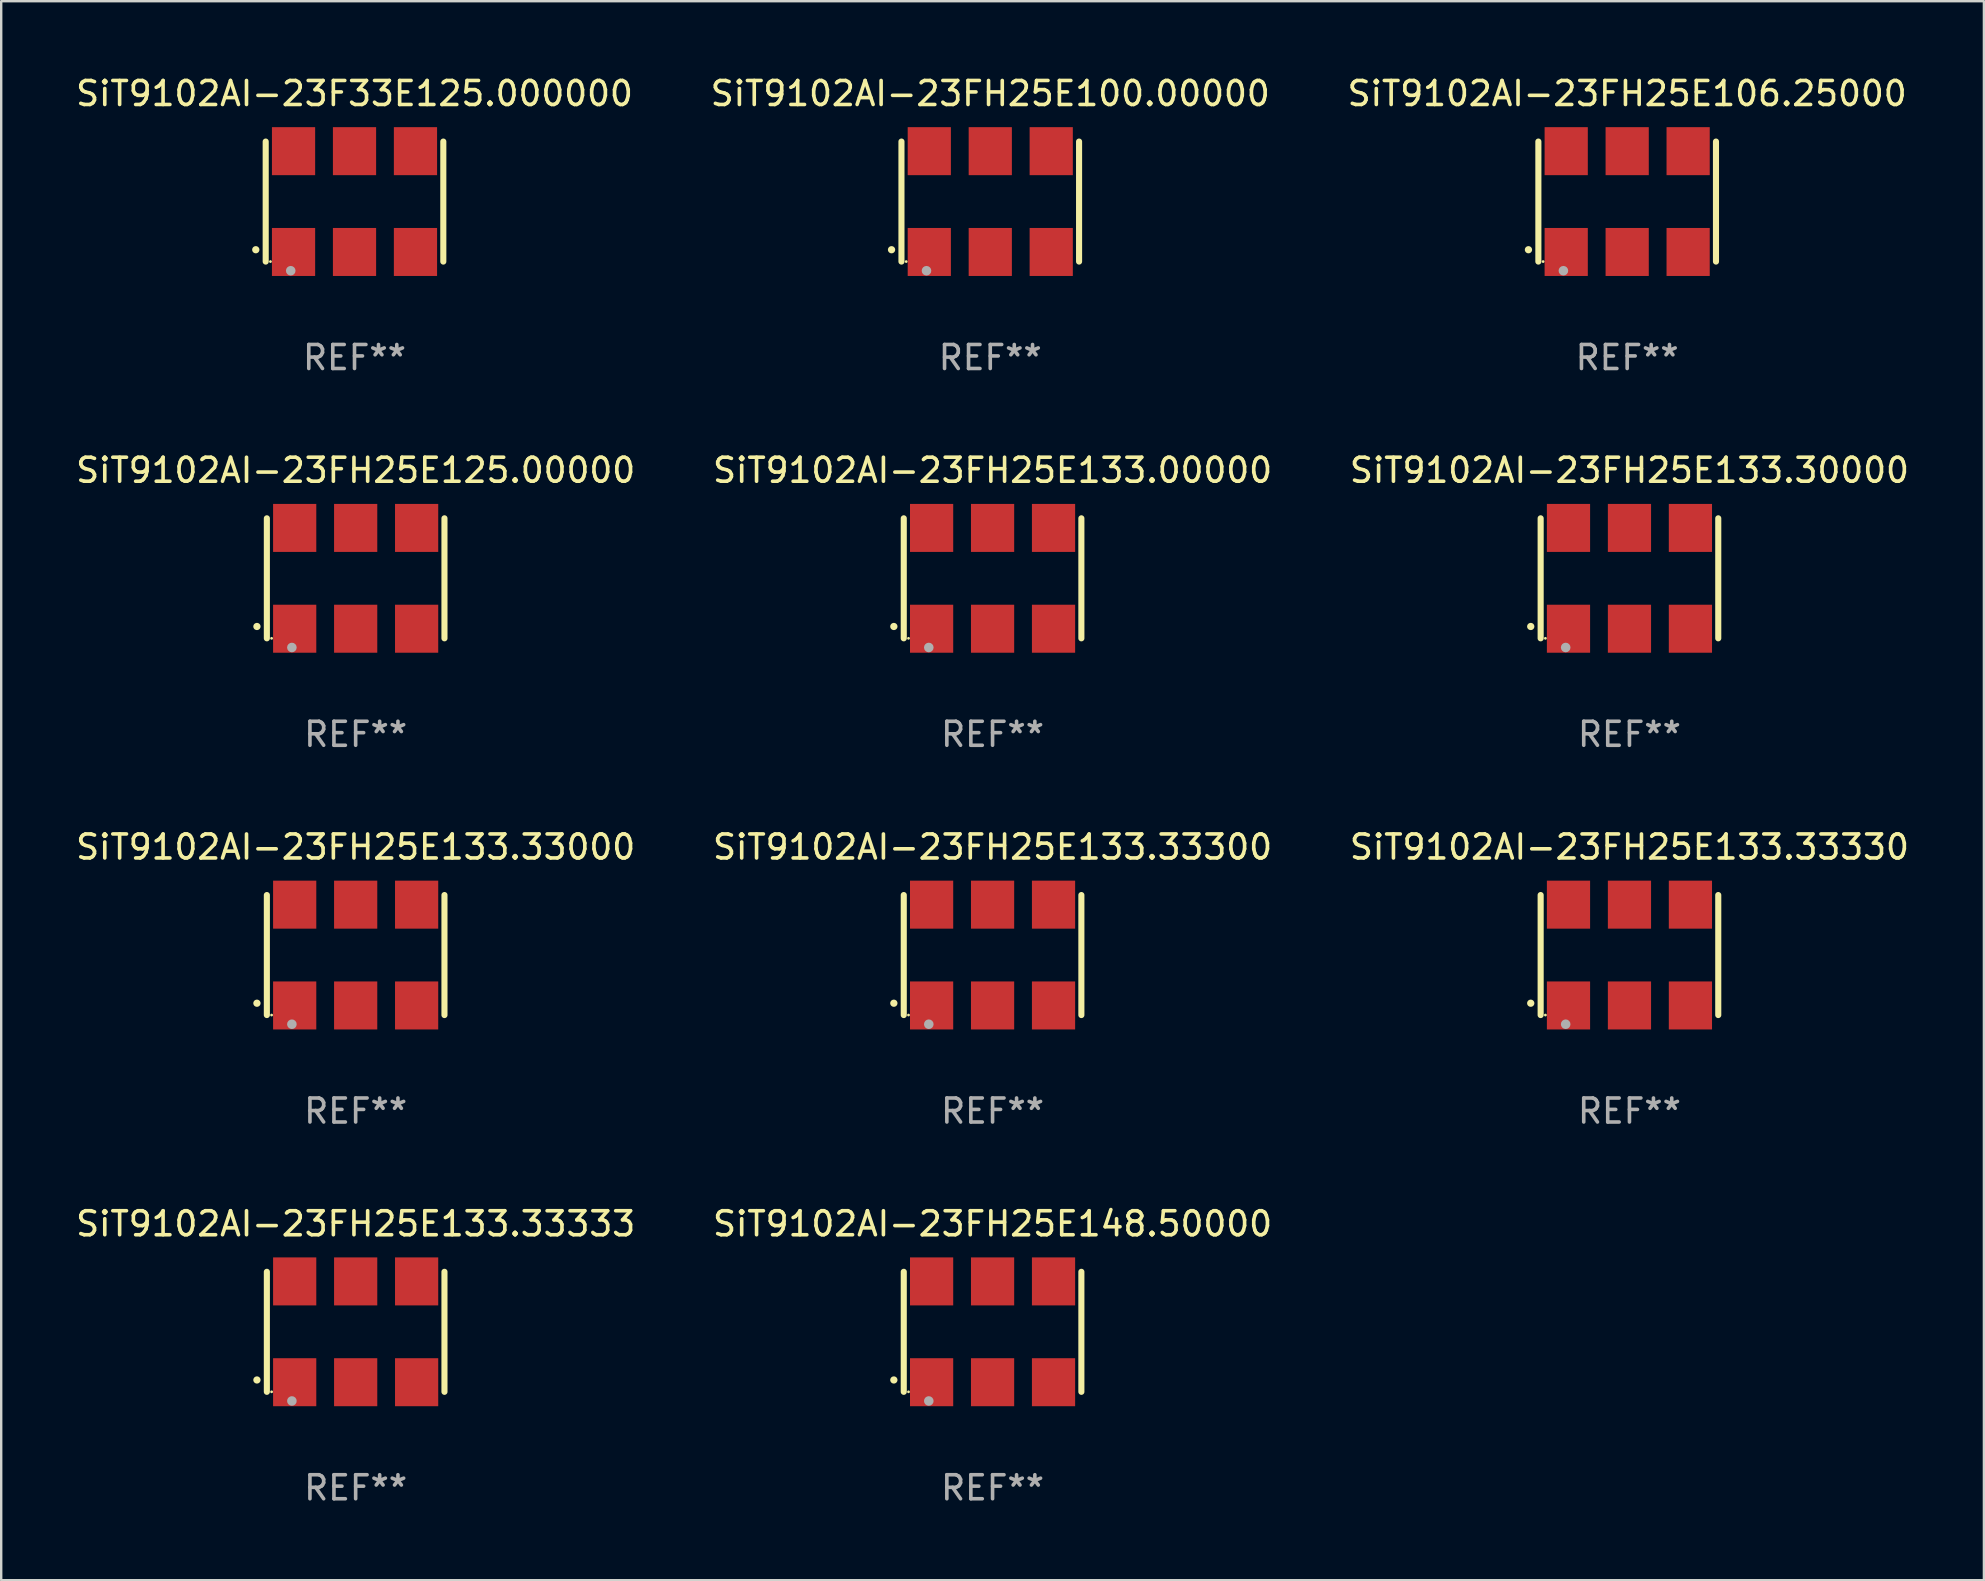
<source format=kicad_pcb>
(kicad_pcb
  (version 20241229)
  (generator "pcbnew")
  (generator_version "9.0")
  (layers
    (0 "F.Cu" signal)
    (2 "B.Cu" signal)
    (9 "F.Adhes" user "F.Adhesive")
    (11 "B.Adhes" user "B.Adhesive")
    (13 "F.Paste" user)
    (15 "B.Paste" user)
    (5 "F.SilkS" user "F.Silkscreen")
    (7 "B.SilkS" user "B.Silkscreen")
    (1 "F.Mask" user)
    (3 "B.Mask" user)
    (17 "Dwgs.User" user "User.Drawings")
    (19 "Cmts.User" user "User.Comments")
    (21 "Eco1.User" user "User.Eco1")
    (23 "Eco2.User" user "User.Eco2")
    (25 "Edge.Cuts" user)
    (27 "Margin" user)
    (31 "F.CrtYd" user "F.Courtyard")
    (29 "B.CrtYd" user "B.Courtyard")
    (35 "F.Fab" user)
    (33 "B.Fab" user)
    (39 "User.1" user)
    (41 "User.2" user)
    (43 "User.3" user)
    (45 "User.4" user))
  (footprint "SiT9102AI-23FH25E106.25000"
    (layer "F.Cu")
    (at 64.744 5.348)
    (property "Reference" "SiT9102AI-23FH25E106.25000" (at 0 -4.5 0) (layer "F.SilkS") (effects (font (size 1 1) (thickness 0.15))))
    (attr through_hole)
    (fp_line (start -3.7 -2.5) (end -3.7 2.5) (stroke (width 0.254) (type solid)) (layer "F.SilkS"))
    (fp_line (start 3.7 -2.5) (end 3.7 2.5) (stroke (width 0.254) (type solid)) (layer "F.SilkS"))
    (fp_arc (start -4.114415 2.006604) (mid -4.113145 2.006599) (end -4.111875 2.006604) (stroke (width 0.3) (type solid)) (layer "F.SilkS"))
    (fp_circle (center -3.502 2.5) (end -3.472 2.5) (stroke (width 0.06) (type solid)) (fill no) (layer "F.SilkS"))
    (fp_circle (center -2.657 2.882) (end -2.557 2.882) (stroke (width 0.2) (type solid)) (fill no) (layer "F.Fab"))
    (fp_text user "REF**" (at 0 6.5 0) (layer "F.Fab") (effects (font (size 1 1) (thickness 0.15))))
    (pad "1" smd rect (at -2.54 2.1) (size 1.8 2) (layers "F.Cu" "F.Mask" "F.Paste"))
    (pad "2" smd rect (at 0.000394 2.1) (size 1.8 2) (layers "F.Cu" "F.Mask" "F.Paste"))
    (pad "3" smd rect (at 2.54 2.1) (size 1.8 2) (layers "F.Cu" "F.Mask" "F.Paste"))
    (pad "4" smd rect (at 2.54 -2.1) (size 1.8 2) (layers "F.Cu" "F.Mask" "F.Paste"))
    (pad "5" smd rect (at 0.000394 -2.1) (size 1.8 2) (layers "F.Cu" "F.Mask" "F.Paste"))
    (pad "6" smd rect (at -2.54 -2.1) (size 1.8 2) (layers "F.Cu" "F.Mask" "F.Paste")))
  (footprint "SiT9102AI-23FH25E133.33000"
    (layer "F.Cu")
    (at 11.768 36.741)
    (property "Reference" "SiT9102AI-23FH25E133.33000" (at 0 -4.5 0) (layer "F.SilkS") (effects (font (size 1 1) (thickness 0.15))))
    (attr through_hole)
    (fp_line (start -3.7 -2.5) (end -3.7 2.5) (stroke (width 0.254) (type solid)) (layer "F.SilkS"))
    (fp_line (start 3.7 -2.5) (end 3.7 2.5) (stroke (width 0.254) (type solid)) (layer "F.SilkS"))
    (fp_arc (start -4.114415 2.006604) (mid -4.113145 2.006599) (end -4.111875 2.006604) (stroke (width 0.3) (type solid)) (layer "F.SilkS"))
    (fp_circle (center -3.502 2.5) (end -3.472 2.5) (stroke (width 0.06) (type solid)) (fill no) (layer "F.SilkS"))
    (fp_circle (center -2.657 2.882) (end -2.557 2.882) (stroke (width 0.2) (type solid)) (fill no) (layer "F.Fab"))
    (fp_text user "REF**" (at 0 6.5 0) (layer "F.Fab") (effects (font (size 1 1) (thickness 0.15))))
    (pad "1" smd rect (at -2.54 2.1) (size 1.8 2) (layers "F.Cu" "F.Mask" "F.Paste"))
    (pad "2" smd rect (at 0.000394 2.1) (size 1.8 2) (layers "F.Cu" "F.Mask" "F.Paste"))
    (pad "3" smd rect (at 2.54 2.1) (size 1.8 2) (layers "F.Cu" "F.Mask" "F.Paste"))
    (pad "4" smd rect (at 2.54 -2.1) (size 1.8 2) (layers "F.Cu" "F.Mask" "F.Paste"))
    (pad "5" smd rect (at 0.000394 -2.1) (size 1.8 2) (layers "F.Cu" "F.Mask" "F.Paste"))
    (pad "6" smd rect (at -2.54 -2.1) (size 1.8 2) (layers "F.Cu" "F.Mask" "F.Paste")))
  (footprint "SiT9102AI-23FH25E133.30000"
    (layer "F.Cu")
    (at 64.839 21.045)
    (property "Reference" "SiT9102AI-23FH25E133.30000" (at 0 -4.5 0) (layer "F.SilkS") (effects (font (size 1 1) (thickness 0.15))))
    (attr through_hole)
    (fp_line (start -3.7 -2.5) (end -3.7 2.5) (stroke (width 0.254) (type solid)) (layer "F.SilkS"))
    (fp_line (start 3.7 -2.5) (end 3.7 2.5) (stroke (width 0.254) (type solid)) (layer "F.SilkS"))
    (fp_arc (start -4.114415 2.006604) (mid -4.113145 2.006599) (end -4.111875 2.006604) (stroke (width 0.3) (type solid)) (layer "F.SilkS"))
    (fp_circle (center -3.502 2.5) (end -3.472 2.5) (stroke (width 0.06) (type solid)) (fill no) (layer "F.SilkS"))
    (fp_circle (center -2.657 2.882) (end -2.557 2.882) (stroke (width 0.2) (type solid)) (fill no) (layer "F.Fab"))
    (fp_text user "REF**" (at 0 6.5 0) (layer "F.Fab") (effects (font (size 1 1) (thickness 0.15))))
    (pad "1" smd rect (at -2.54 2.1) (size 1.8 2) (layers "F.Cu" "F.Mask" "F.Paste"))
    (pad "2" smd rect (at 0.000394 2.1) (size 1.8 2) (layers "F.Cu" "F.Mask" "F.Paste"))
    (pad "3" smd rect (at 2.54 2.1) (size 1.8 2) (layers "F.Cu" "F.Mask" "F.Paste"))
    (pad "4" smd rect (at 2.54 -2.1) (size 1.8 2) (layers "F.Cu" "F.Mask" "F.Paste"))
    (pad "5" smd rect (at 0.000394 -2.1) (size 1.8 2) (layers "F.Cu" "F.Mask" "F.Paste"))
    (pad "6" smd rect (at -2.54 -2.1) (size 1.8 2) (layers "F.Cu" "F.Mask" "F.Paste")))
  (footprint "SiT9102AI-23F33E125.000000"
    (layer "F.Cu")
    (at 11.72 5.348)
    (property "Reference" "SiT9102AI-23F33E125.000000" (at 0 -4.5 0) (layer "F.SilkS") (effects (font (size 1 1) (thickness 0.15))))
    (attr through_hole)
    (fp_line (start -3.7 -2.5) (end -3.7 2.5) (stroke (width 0.254) (type solid)) (layer "F.SilkS"))
    (fp_line (start 3.7 -2.5) (end 3.7 2.5) (stroke (width 0.254) (type solid)) (layer "F.SilkS"))
    (fp_arc (start -4.114415 2.006604) (mid -4.113145 2.006599) (end -4.111875 2.006604) (stroke (width 0.3) (type solid)) (layer "F.SilkS"))
    (fp_circle (center -3.502 2.5) (end -3.472 2.5) (stroke (width 0.06) (type solid)) (fill no) (layer "F.SilkS"))
    (fp_circle (center -2.657 2.882) (end -2.557 2.882) (stroke (width 0.2) (type solid)) (fill no) (layer "F.Fab"))
    (fp_text user "REF**" (at 0 6.5 0) (layer "F.Fab") (effects (font (size 1 1) (thickness 0.15))))
    (pad "1" smd rect (at -2.54 2.1) (size 1.8 2) (layers "F.Cu" "F.Mask" "F.Paste"))
    (pad "2" smd rect (at 0.000394 2.1) (size 1.8 2) (layers "F.Cu" "F.Mask" "F.Paste"))
    (pad "3" smd rect (at 2.54 2.1) (size 1.8 2) (layers "F.Cu" "F.Mask" "F.Paste"))
    (pad "4" smd rect (at 2.54 -2.1) (size 1.8 2) (layers "F.Cu" "F.Mask" "F.Paste"))
    (pad "5" smd rect (at 0.000394 -2.1) (size 1.8 2) (layers "F.Cu" "F.Mask" "F.Paste"))
    (pad "6" smd rect (at -2.54 -2.1) (size 1.8 2) (layers "F.Cu" "F.Mask" "F.Paste")))
  (footprint "SiT9102AI-23FH25E148.50000"
    (layer "F.Cu")
    (at 38.304 52.438)
    (property "Reference" "SiT9102AI-23FH25E148.50000" (at 0 -4.5 0) (layer "F.SilkS") (effects (font (size 1 1) (thickness 0.15))))
    (attr through_hole)
    (fp_line (start -3.7 -2.5) (end -3.7 2.5) (stroke (width 0.254) (type solid)) (layer "F.SilkS"))
    (fp_line (start 3.7 -2.5) (end 3.7 2.5) (stroke (width 0.254) (type solid)) (layer "F.SilkS"))
    (fp_arc (start -4.114415 2.006604) (mid -4.113145 2.006599) (end -4.111875 2.006604) (stroke (width 0.3) (type solid)) (layer "F.SilkS"))
    (fp_circle (center -3.502 2.5) (end -3.472 2.5) (stroke (width 0.06) (type solid)) (fill no) (layer "F.SilkS"))
    (fp_circle (center -2.657 2.882) (end -2.557 2.882) (stroke (width 0.2) (type solid)) (fill no) (layer "F.Fab"))
    (fp_text user "REF**" (at 0 6.5 0) (layer "F.Fab") (effects (font (size 1 1) (thickness 0.15))))
    (pad "1" smd rect (at -2.54 2.1) (size 1.8 2) (layers "F.Cu" "F.Mask" "F.Paste"))
    (pad "2" smd rect (at 0.000394 2.1) (size 1.8 2) (layers "F.Cu" "F.Mask" "F.Paste"))
    (pad "3" smd rect (at 2.54 2.1) (size 1.8 2) (layers "F.Cu" "F.Mask" "F.Paste"))
    (pad "4" smd rect (at 2.54 -2.1) (size 1.8 2) (layers "F.Cu" "F.Mask" "F.Paste"))
    (pad "5" smd rect (at 0.000394 -2.1) (size 1.8 2) (layers "F.Cu" "F.Mask" "F.Paste"))
    (pad "6" smd rect (at -2.54 -2.1) (size 1.8 2) (layers "F.Cu" "F.Mask" "F.Paste")))
  (footprint "SiT9102AI-23FH25E100.00000"
    (layer "F.Cu")
    (at 38.208 5.348)
    (property "Reference" "SiT9102AI-23FH25E100.00000" (at 0 -4.5 0) (layer "F.SilkS") (effects (font (size 1 1) (thickness 0.15))))
    (attr through_hole)
    (fp_line (start -3.7 -2.5) (end -3.7 2.5) (stroke (width 0.254) (type solid)) (layer "F.SilkS"))
    (fp_line (start 3.7 -2.5) (end 3.7 2.5) (stroke (width 0.254) (type solid)) (layer "F.SilkS"))
    (fp_arc (start -4.114415 2.006604) (mid -4.113145 2.006599) (end -4.111875 2.006604) (stroke (width 0.3) (type solid)) (layer "F.SilkS"))
    (fp_circle (center -3.502 2.5) (end -3.472 2.5) (stroke (width 0.06) (type solid)) (fill no) (layer "F.SilkS"))
    (fp_circle (center -2.657 2.882) (end -2.557 2.882) (stroke (width 0.2) (type solid)) (fill no) (layer "F.Fab"))
    (fp_text user "REF**" (at 0 6.5 0) (layer "F.Fab") (effects (font (size 1 1) (thickness 0.15))))
    (pad "1" smd rect (at -2.54 2.1) (size 1.8 2) (layers "F.Cu" "F.Mask" "F.Paste"))
    (pad "2" smd rect (at 0.000394 2.1) (size 1.8 2) (layers "F.Cu" "F.Mask" "F.Paste"))
    (pad "3" smd rect (at 2.54 2.1) (size 1.8 2) (layers "F.Cu" "F.Mask" "F.Paste"))
    (pad "4" smd rect (at 2.54 -2.1) (size 1.8 2) (layers "F.Cu" "F.Mask" "F.Paste"))
    (pad "5" smd rect (at 0.000394 -2.1) (size 1.8 2) (layers "F.Cu" "F.Mask" "F.Paste"))
    (pad "6" smd rect (at -2.54 -2.1) (size 1.8 2) (layers "F.Cu" "F.Mask" "F.Paste")))
  (footprint "SiT9102AI-23FH25E125.00000"
    (layer "F.Cu")
    (at 11.768 21.045)
    (property "Reference" "SiT9102AI-23FH25E125.00000" (at 0 -4.5 0) (layer "F.SilkS") (effects (font (size 1 1) (thickness 0.15))))
    (attr through_hole)
    (fp_line (start -3.7 -2.5) (end -3.7 2.5) (stroke (width 0.254) (type solid)) (layer "F.SilkS"))
    (fp_line (start 3.7 -2.5) (end 3.7 2.5) (stroke (width 0.254) (type solid)) (layer "F.SilkS"))
    (fp_arc (start -4.114415 2.006604) (mid -4.113145 2.006599) (end -4.111875 2.006604) (stroke (width 0.3) (type solid)) (layer "F.SilkS"))
    (fp_circle (center -3.502 2.5) (end -3.472 2.5) (stroke (width 0.06) (type solid)) (fill no) (layer "F.SilkS"))
    (fp_circle (center -2.657 2.882) (end -2.557 2.882) (stroke (width 0.2) (type solid)) (fill no) (layer "F.Fab"))
    (fp_text user "REF**" (at 0 6.5 0) (layer "F.Fab") (effects (font (size 1 1) (thickness 0.15))))
    (pad "1" smd rect (at -2.54 2.1) (size 1.8 2) (layers "F.Cu" "F.Mask" "F.Paste"))
    (pad "2" smd rect (at 0.000394 2.1) (size 1.8 2) (layers "F.Cu" "F.Mask" "F.Paste"))
    (pad "3" smd rect (at 2.54 2.1) (size 1.8 2) (layers "F.Cu" "F.Mask" "F.Paste"))
    (pad "4" smd rect (at 2.54 -2.1) (size 1.8 2) (layers "F.Cu" "F.Mask" "F.Paste"))
    (pad "5" smd rect (at 0.000394 -2.1) (size 1.8 2) (layers "F.Cu" "F.Mask" "F.Paste"))
    (pad "6" smd rect (at -2.54 -2.1) (size 1.8 2) (layers "F.Cu" "F.Mask" "F.Paste")))
  (footprint "SiT9102AI-23FH25E133.33300"
    (layer "F.Cu")
    (at 38.304 36.741)
    (property "Reference" "SiT9102AI-23FH25E133.33300" (at 0 -4.5 0) (layer "F.SilkS") (effects (font (size 1 1) (thickness 0.15))))
    (attr through_hole)
    (fp_line (start -3.7 -2.5) (end -3.7 2.5) (stroke (width 0.254) (type solid)) (layer "F.SilkS"))
    (fp_line (start 3.7 -2.5) (end 3.7 2.5) (stroke (width 0.254) (type solid)) (layer "F.SilkS"))
    (fp_arc (start -4.114415 2.006604) (mid -4.113145 2.006599) (end -4.111875 2.006604) (stroke (width 0.3) (type solid)) (layer "F.SilkS"))
    (fp_circle (center -3.502 2.5) (end -3.472 2.5) (stroke (width 0.06) (type solid)) (fill no) (layer "F.SilkS"))
    (fp_circle (center -2.657 2.882) (end -2.557 2.882) (stroke (width 0.2) (type solid)) (fill no) (layer "F.Fab"))
    (fp_text user "REF**" (at 0 6.5 0) (layer "F.Fab") (effects (font (size 1 1) (thickness 0.15))))
    (pad "1" smd rect (at -2.54 2.1) (size 1.8 2) (layers "F.Cu" "F.Mask" "F.Paste"))
    (pad "2" smd rect (at 0.000394 2.1) (size 1.8 2) (layers "F.Cu" "F.Mask" "F.Paste"))
    (pad "3" smd rect (at 2.54 2.1) (size 1.8 2) (layers "F.Cu" "F.Mask" "F.Paste"))
    (pad "4" smd rect (at 2.54 -2.1) (size 1.8 2) (layers "F.Cu" "F.Mask" "F.Paste"))
    (pad "5" smd rect (at 0.000394 -2.1) (size 1.8 2) (layers "F.Cu" "F.Mask" "F.Paste"))
    (pad "6" smd rect (at -2.54 -2.1) (size 1.8 2) (layers "F.Cu" "F.Mask" "F.Paste")))
  (footprint "SiT9102AI-23FH25E133.33333"
    (layer "F.Cu")
    (at 11.768 52.438)
    (property "Reference" "SiT9102AI-23FH25E133.33333" (at 0 -4.5 0) (layer "F.SilkS") (effects (font (size 1 1) (thickness 0.15))))
    (attr through_hole)
    (fp_line (start -3.7 -2.5) (end -3.7 2.5) (stroke (width 0.254) (type solid)) (layer "F.SilkS"))
    (fp_line (start 3.7 -2.5) (end 3.7 2.5) (stroke (width 0.254) (type solid)) (layer "F.SilkS"))
    (fp_arc (start -4.114415 2.006604) (mid -4.113145 2.006599) (end -4.111875 2.006604) (stroke (width 0.3) (type solid)) (layer "F.SilkS"))
    (fp_circle (center -3.502 2.5) (end -3.472 2.5) (stroke (width 0.06) (type solid)) (fill no) (layer "F.SilkS"))
    (fp_circle (center -2.657 2.882) (end -2.557 2.882) (stroke (width 0.2) (type solid)) (fill no) (layer "F.Fab"))
    (fp_text user "REF**" (at 0 6.5 0) (layer "F.Fab") (effects (font (size 1 1) (thickness 0.15))))
    (pad "1" smd rect (at -2.54 2.1) (size 1.8 2) (layers "F.Cu" "F.Mask" "F.Paste"))
    (pad "2" smd rect (at 0.000394 2.1) (size 1.8 2) (layers "F.Cu" "F.Mask" "F.Paste"))
    (pad "3" smd rect (at 2.54 2.1) (size 1.8 2) (layers "F.Cu" "F.Mask" "F.Paste"))
    (pad "4" smd rect (at 2.54 -2.1) (size 1.8 2) (layers "F.Cu" "F.Mask" "F.Paste"))
    (pad "5" smd rect (at 0.000394 -2.1) (size 1.8 2) (layers "F.Cu" "F.Mask" "F.Paste"))
    (pad "6" smd rect (at -2.54 -2.1) (size 1.8 2) (layers "F.Cu" "F.Mask" "F.Paste")))
  (footprint "SiT9102AI-23FH25E133.33330"
    (layer "F.Cu")
    (at 64.839 36.741)
    (property "Reference" "SiT9102AI-23FH25E133.33330" (at 0 -4.5 0) (layer "F.SilkS") (effects (font (size 1 1) (thickness 0.15))))
    (attr through_hole)
    (fp_line (start -3.7 -2.5) (end -3.7 2.5) (stroke (width 0.254) (type solid)) (layer "F.SilkS"))
    (fp_line (start 3.7 -2.5) (end 3.7 2.5) (stroke (width 0.254) (type solid)) (layer "F.SilkS"))
    (fp_arc (start -4.114415 2.006604) (mid -4.113145 2.006599) (end -4.111875 2.006604) (stroke (width 0.3) (type solid)) (layer "F.SilkS"))
    (fp_circle (center -3.502 2.5) (end -3.472 2.5) (stroke (width 0.06) (type solid)) (fill no) (layer "F.SilkS"))
    (fp_circle (center -2.657 2.882) (end -2.557 2.882) (stroke (width 0.2) (type solid)) (fill no) (layer "F.Fab"))
    (fp_text user "REF**" (at 0 6.5 0) (layer "F.Fab") (effects (font (size 1 1) (thickness 0.15))))
    (pad "1" smd rect (at -2.54 2.1) (size 1.8 2) (layers "F.Cu" "F.Mask" "F.Paste"))
    (pad "2" smd rect (at 0.000394 2.1) (size 1.8 2) (layers "F.Cu" "F.Mask" "F.Paste"))
    (pad "3" smd rect (at 2.54 2.1) (size 1.8 2) (layers "F.Cu" "F.Mask" "F.Paste"))
    (pad "4" smd rect (at 2.54 -2.1) (size 1.8 2) (layers "F.Cu" "F.Mask" "F.Paste"))
    (pad "5" smd rect (at 0.000394 -2.1) (size 1.8 2) (layers "F.Cu" "F.Mask" "F.Paste"))
    (pad "6" smd rect (at -2.54 -2.1) (size 1.8 2) (layers "F.Cu" "F.Mask" "F.Paste")))
  (footprint "SiT9102AI-23FH25E133.00000"
    (layer "F.Cu")
    (at 38.304 21.045)
    (property "Reference" "SiT9102AI-23FH25E133.00000" (at 0 -4.5 0) (layer "F.SilkS") (effects (font (size 1 1) (thickness 0.15))))
    (attr through_hole)
    (fp_line (start -3.7 -2.5) (end -3.7 2.5) (stroke (width 0.254) (type solid)) (layer "F.SilkS"))
    (fp_line (start 3.7 -2.5) (end 3.7 2.5) (stroke (width 0.254) (type solid)) (layer "F.SilkS"))
    (fp_arc (start -4.114415 2.006604) (mid -4.113145 2.006599) (end -4.111875 2.006604) (stroke (width 0.3) (type solid)) (layer "F.SilkS"))
    (fp_circle (center -3.502 2.5) (end -3.472 2.5) (stroke (width 0.06) (type solid)) (fill no) (layer "F.SilkS"))
    (fp_circle (center -2.657 2.882) (end -2.557 2.882) (stroke (width 0.2) (type solid)) (fill no) (layer "F.Fab"))
    (fp_text user "REF**" (at 0 6.5 0) (layer "F.Fab") (effects (font (size 1 1) (thickness 0.15))))
    (pad "1" smd rect (at -2.54 2.1) (size 1.8 2) (layers "F.Cu" "F.Mask" "F.Paste"))
    (pad "2" smd rect (at 0.000394 2.1) (size 1.8 2) (layers "F.Cu" "F.Mask" "F.Paste"))
    (pad "3" smd rect (at 2.54 2.1) (size 1.8 2) (layers "F.Cu" "F.Mask" "F.Paste"))
    (pad "4" smd rect (at 2.54 -2.1) (size 1.8 2) (layers "F.Cu" "F.Mask" "F.Paste"))
    (pad "5" smd rect (at 0.000394 -2.1) (size 1.8 2) (layers "F.Cu" "F.Mask" "F.Paste"))
    (pad "6" smd rect (at -2.54 -2.1) (size 1.8 2) (layers "F.Cu" "F.Mask" "F.Paste")))
  (gr_rect
    (start -3 -3)
    (end 79.607 62.786)
    (stroke (width 0.1) (type default))
    (fill no)
    (layer "Edge.Cuts")))
</source>
